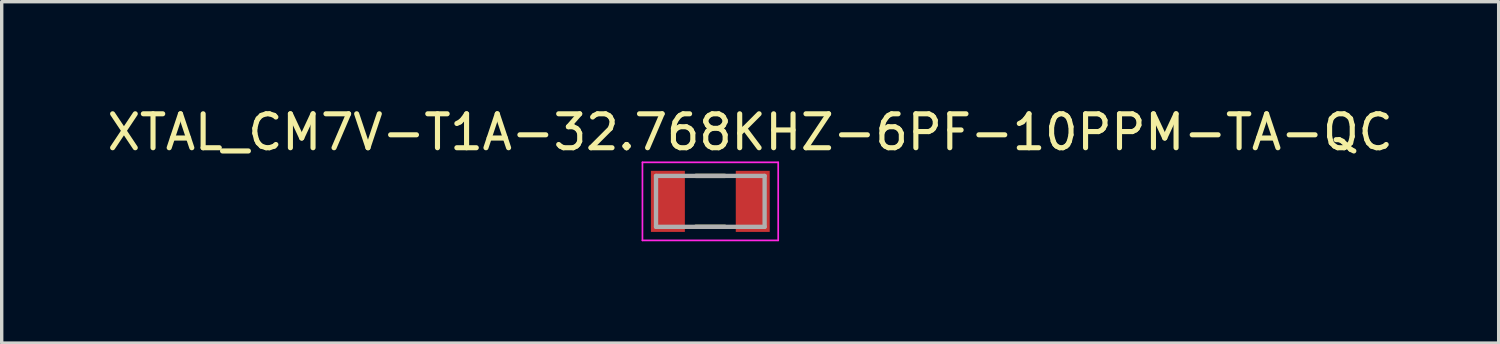
<source format=kicad_pcb>
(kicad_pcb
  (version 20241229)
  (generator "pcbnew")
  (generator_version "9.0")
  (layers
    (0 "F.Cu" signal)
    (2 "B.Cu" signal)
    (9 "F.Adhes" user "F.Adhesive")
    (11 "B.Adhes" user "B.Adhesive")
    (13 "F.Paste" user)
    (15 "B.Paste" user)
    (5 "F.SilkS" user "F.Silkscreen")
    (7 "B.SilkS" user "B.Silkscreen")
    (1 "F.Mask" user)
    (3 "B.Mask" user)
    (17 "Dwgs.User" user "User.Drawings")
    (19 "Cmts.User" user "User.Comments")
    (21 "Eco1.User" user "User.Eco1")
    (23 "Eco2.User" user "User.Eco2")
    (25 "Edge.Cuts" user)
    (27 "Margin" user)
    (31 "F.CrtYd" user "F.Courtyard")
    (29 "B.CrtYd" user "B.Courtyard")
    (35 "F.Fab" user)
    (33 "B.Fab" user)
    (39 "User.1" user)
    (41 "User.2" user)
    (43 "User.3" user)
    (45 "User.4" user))
  (footprint "XTAL_CM7V-T1A-32.768KHZ-6PF-10PPM-TA-QC"
    (layer "F.Cu")
    (at 17.879 2.883)
    (property "Reference" "XTAL_CM7V-T1A-32.768KHZ-6PF-10PPM-TA-QC" (at 1.175 -2.035 0) (layer "F.SilkS") (effects (font (size 1 1) (thickness 0.15))))
    (attr smd)
    (fp_line (start -0.43 -0.75) (end 0.43 -0.75) (stroke (width 0.127) (type solid)) (layer "F.SilkS"))
    (fp_line (start -0.43 0.75) (end 0.43 0.75) (stroke (width 0.127) (type solid)) (layer "F.SilkS"))
    (fp_line (start -2 -1.15) (end -2 1.15) (stroke (width 0.05) (type solid)) (layer "F.CrtYd"))
    (fp_line (start -2 1.15) (end 2 1.15) (stroke (width 0.05) (type solid)) (layer "F.CrtYd"))
    (fp_line (start 2 -1.15) (end -2 -1.15) (stroke (width 0.05) (type solid)) (layer "F.CrtYd"))
    (fp_line (start 2 1.15) (end 2 -1.15) (stroke (width 0.05) (type solid)) (layer "F.CrtYd"))
    (fp_line (start -1.6 -0.75) (end -1.6 0.75) (stroke (width 0.127) (type solid)) (layer "F.Fab"))
    (fp_line (start -1.6 -0.75) (end 1.6 -0.75) (stroke (width 0.127) (type solid)) (layer "F.Fab"))
    (fp_line (start -1.6 0.75) (end 1.6 0.75) (stroke (width 0.127) (type solid)) (layer "F.Fab"))
    (fp_line (start 1.6 -0.75) (end 1.6 0.75) (stroke (width 0.127) (type solid)) (layer "F.Fab"))
    (pad "1" smd rect (at -1.25 0) (size 1 1.8) (layers "F.Cu" "F.Mask" "F.Paste"))
    (pad "2" smd rect (at 1.25 0) (size 1 1.8) (layers "F.Cu" "F.Mask" "F.Paste")))
  (gr_rect
    (start -3 -3)
    (end 41.107 7.058)
    (stroke (width 0.1) (type default))
    (fill no)
    (layer "Edge.Cuts")))
</source>
